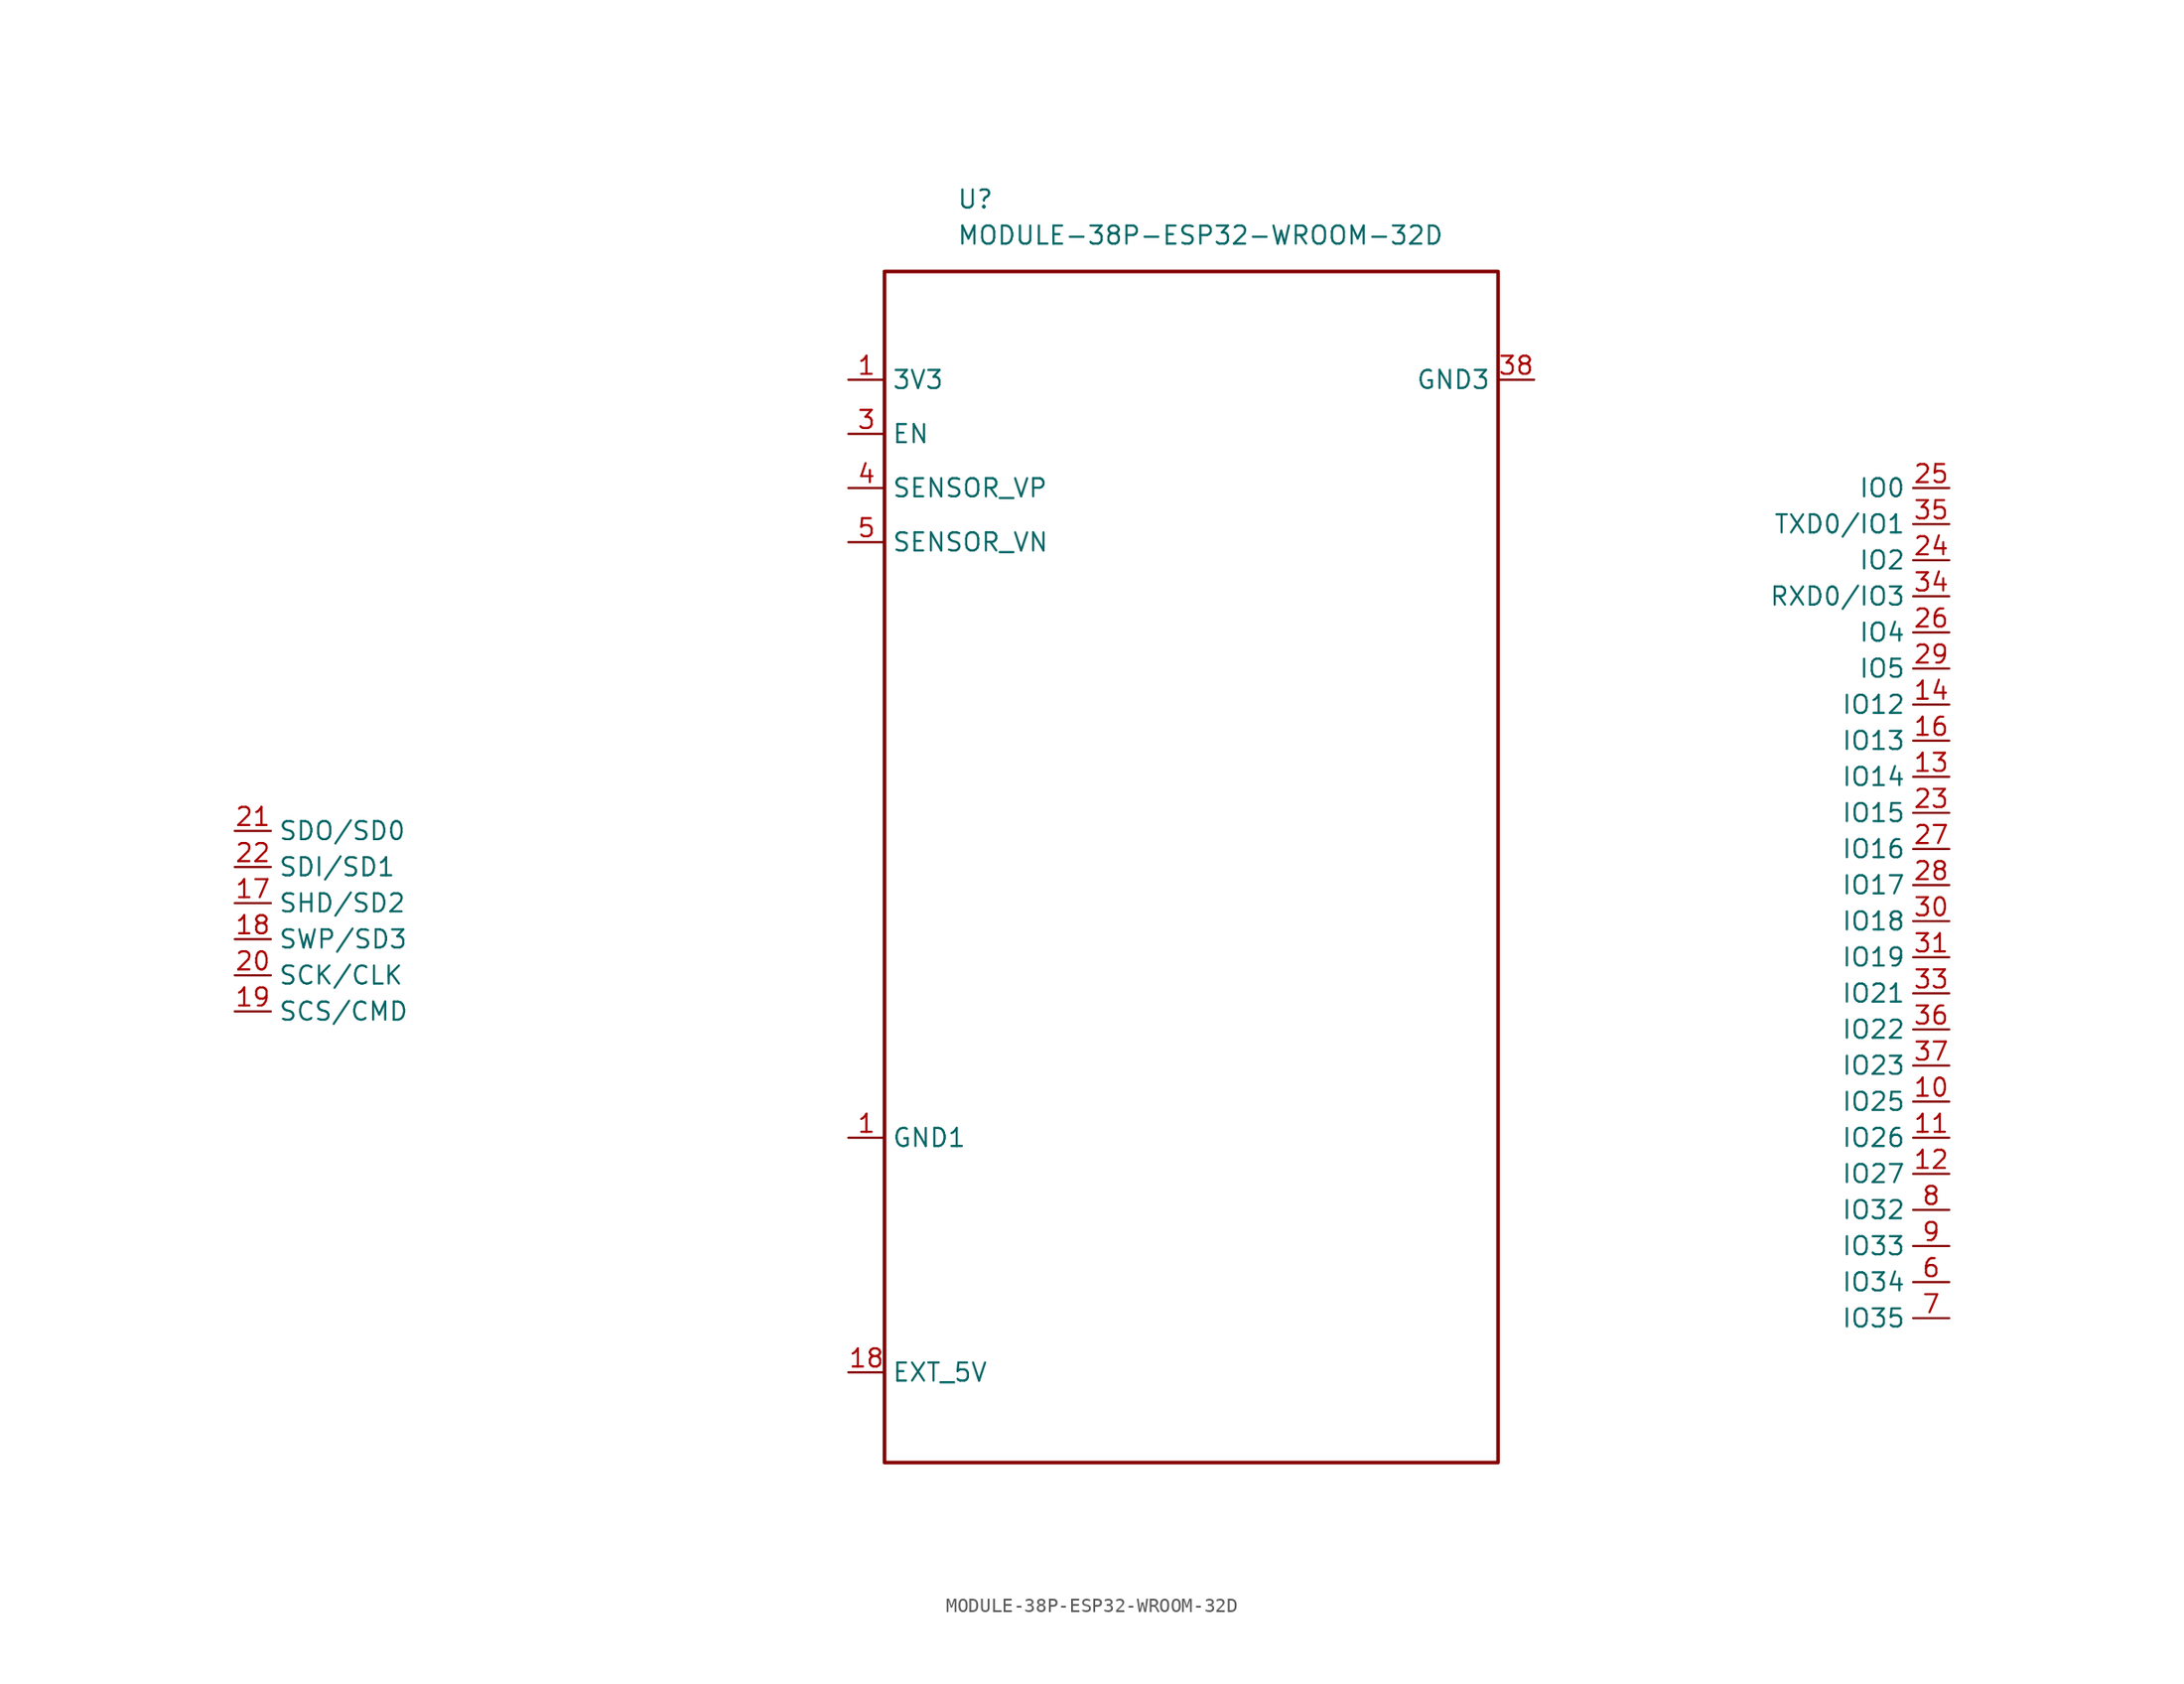
<source format=kicad_sym>
(kicad_symbol_lib
  (version 20211014)
  (generator kicad_symbol_editor)
  (symbol "MODULE-38P-ESP32-WROOM-32D"
    (property "Reference" "U"
      (at -16.51 45.72 0)
      (effects (font (size 1.27 1.27)) (justify left)))
    (property "Value" "MODULE-38P-ESP32-WROOM-32D"
      (at -16.51 43.18 0)
      (effects (font (size 1.27 1.27)) (justify left)))
    (symbol "MODULE-38P-ESP32-WROOM-32D_0_1"
      (rectangle (start -21.59 40.64) (end 21.59 -43.18) (stroke (width 0.254) (type default) (color 0 0 0 0)) (fill (type none))))
    (symbol "MODULE-38P-ESP32-WROOM-32D_1_1"
      (pin power_out line (at -24.13 33.02 0) (length 2.54) (name "3V3" (effects (font (size 1.27 1.27)))) (number "1" (effects (font (size 1.27 1.27)))))
      (pin power_out line (at -24.13 -20.32 0) (length 2.54) (name "GND1" (effects (font (size 1.27 1.27)))) (number "1" (effects (font (size 1.27 1.27)))))
      (pin bidirectional line (at 53.34 -17.78 180) (length 2.54) (name "IO25" (effects (font (size 1.27 1.27)))) (number "10" (effects (font (size 1.27 1.27)))))
      (pin bidirectional line (at 53.34 -20.32 180) (length 2.54) (name "IO26" (effects (font (size 1.27 1.27)))) (number "11" (effects (font (size 1.27 1.27)))))
      (pin bidirectional line (at 53.34 -22.86 180) (length 2.54) (name "IO27" (effects (font (size 1.27 1.27)))) (number "12" (effects (font (size 1.27 1.27)))))
      (pin bidirectional line (at 53.34 5.08 180) (length 2.54) (name "IO14" (effects (font (size 1.27 1.27)))) (number "13" (effects (font (size 1.27 1.27)))))
      (pin bidirectional line (at 53.34 10.16 180) (length 2.54) (name "IO12" (effects (font (size 1.27 1.27)))) (number "14" (effects (font (size 1.27 1.27)))))
      (pin bidirectional line (at 53.34 7.62 180) (length 2.54) (name "IO13" (effects (font (size 1.27 1.27)))) (number "16" (effects (font (size 1.27 1.27)))))
      (pin bidirectional line (at -67.31 -3.81 0) (length 2.54) (name "SHD/SD2" (effects (font (size 1.27 1.27)))) (number "17" (effects (font (size 1.27 1.27)))))
      (pin power_in line (at -24.13 -36.83 0) (length 2.54) (name "EXT_5V" (effects (font (size 1.27 1.27)))) (number "18" (effects (font (size 1.27 1.27)))))
      (pin bidirectional line (at -67.31 -6.35 0) (length 2.54) (name "SWP/SD3" (effects (font (size 1.27 1.27)))) (number "18" (effects (font (size 1.27 1.27)))))
      (pin bidirectional line (at -67.31 -11.43 0) (length 2.54) (name "SCS/CMD" (effects (font (size 1.27 1.27)))) (number "19" (effects (font (size 1.27 1.27)))))
      (pin bidirectional line (at -67.31 -8.89 0) (length 2.54) (name "SCK/CLK" (effects (font (size 1.27 1.27)))) (number "20" (effects (font (size 1.27 1.27)))))
      (pin bidirectional line (at -67.31 1.27 0) (length 2.54) (name "SDO/SD0" (effects (font (size 1.27 1.27)))) (number "21" (effects (font (size 1.27 1.27)))))
      (pin bidirectional line (at -67.31 -1.27 0) (length 2.54) (name "SDI/SD1" (effects (font (size 1.27 1.27)))) (number "22" (effects (font (size 1.27 1.27)))))
      (pin bidirectional line (at 53.34 2.54 180) (length 2.54) (name "IO15" (effects (font (size 1.27 1.27)))) (number "23" (effects (font (size 1.27 1.27)))))
      (pin bidirectional line (at 53.34 20.32 180) (length 2.54) (name "IO2" (effects (font (size 1.27 1.27)))) (number "24" (effects (font (size 1.27 1.27)))))
      (pin bidirectional line (at 53.34 25.4 180) (length 2.54) (name "IO0" (effects (font (size 1.27 1.27)))) (number "25" (effects (font (size 1.27 1.27)))))
      (pin bidirectional line (at 53.34 15.24 180) (length 2.54) (name "IO4" (effects (font (size 1.27 1.27)))) (number "26" (effects (font (size 1.27 1.27)))))
      (pin bidirectional line (at 53.34 0 180) (length 2.54) (name "IO16" (effects (font (size 1.27 1.27)))) (number "27" (effects (font (size 1.27 1.27)))))
      (pin bidirectional line (at 53.34 -2.54 180) (length 2.54) (name "IO17" (effects (font (size 1.27 1.27)))) (number "28" (effects (font (size 1.27 1.27)))))
      (pin bidirectional line (at 53.34 12.7 180) (length 2.54) (name "IO5" (effects (font (size 1.27 1.27)))) (number "29" (effects (font (size 1.27 1.27)))))
      (pin input line (at -24.13 29.21 0) (length 2.54) (name "EN" (effects (font (size 1.27 1.27)))) (number "3" (effects (font (size 1.27 1.27)))))
      (pin bidirectional line (at 53.34 -5.08 180) (length 2.54) (name "IO18" (effects (font (size 1.27 1.27)))) (number "30" (effects (font (size 1.27 1.27)))))
      (pin bidirectional line (at 53.34 -7.62 180) (length 2.54) (name "IO19" (effects (font (size 1.27 1.27)))) (number "31" (effects (font (size 1.27 1.27)))))
      (pin bidirectional line (at 53.34 -10.16 180) (length 2.54) (name "IO21" (effects (font (size 1.27 1.27)))) (number "33" (effects (font (size 1.27 1.27)))))
      (pin bidirectional line (at 53.34 17.78 180) (length 2.54) (name "RXD0/IO3" (effects (font (size 1.27 1.27)))) (number "34" (effects (font (size 1.27 1.27)))))
      (pin bidirectional line (at 53.34 22.86 180) (length 2.54) (name "TXD0/IO1" (effects (font (size 1.27 1.27)))) (number "35" (effects (font (size 1.27 1.27)))))
      (pin bidirectional line (at 53.34 -12.7 180) (length 2.54) (name "IO22" (effects (font (size 1.27 1.27)))) (number "36" (effects (font (size 1.27 1.27)))))
      (pin bidirectional line (at 53.34 -15.24 180) (length 2.54) (name "IO23" (effects (font (size 1.27 1.27)))) (number "37" (effects (font (size 1.27 1.27)))))
      (pin power_out line (at 24.13 33.02 180) (length 2.54) (name "GND3" (effects (font (size 1.27 1.27)))) (number "38" (effects (font (size 1.27 1.27)))))
      (pin input line (at -24.13 25.4 0) (length 2.54) (name "SENSOR_VP" (effects (font (size 1.27 1.27)))) (number "4" (effects (font (size 1.27 1.27)))))
      (pin input line (at -24.13 21.59 0) (length 2.54) (name "SENSOR_VN" (effects (font (size 1.27 1.27)))) (number "5" (effects (font (size 1.27 1.27)))))
      (pin input line (at 53.34 -30.48 180) (length 2.54) (name "IO34" (effects (font (size 1.27 1.27)))) (number "6" (effects (font (size 1.27 1.27)))))
      (pin input line (at 53.34 -33.02 180) (length 2.54) (name "IO35" (effects (font (size 1.27 1.27)))) (number "7" (effects (font (size 1.27 1.27)))))
      (pin bidirectional line (at 53.34 -25.4 180) (length 2.54) (name "IO32" (effects (font (size 1.27 1.27)))) (number "8" (effects (font (size 1.27 1.27)))))
      (pin bidirectional line (at 53.34 -27.94 180) (length 2.54) (name "IO33" (effects (font (size 1.27 1.27)))) (number "9" (effects (font (size 1.27 1.27))))))))
</source>
